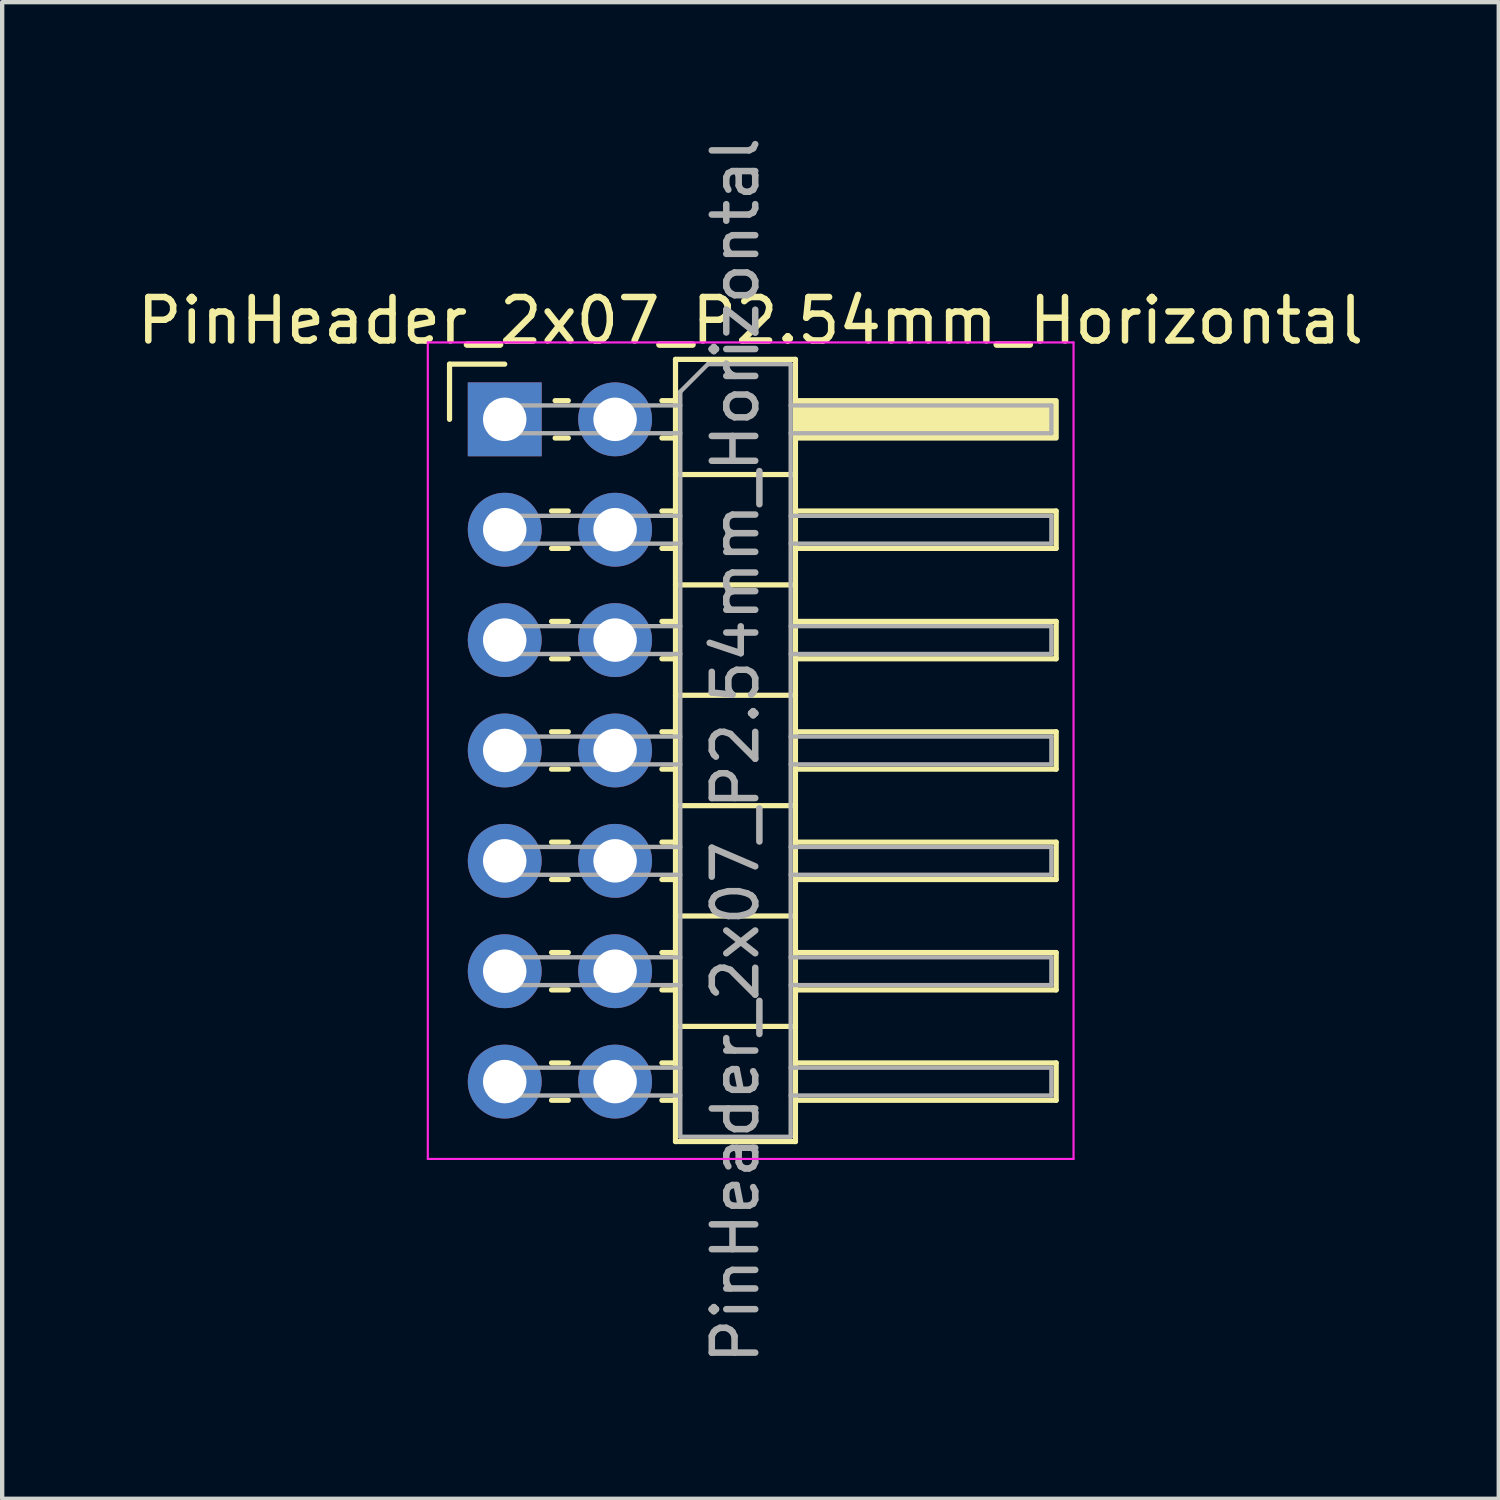
<source format=kicad_pcb>
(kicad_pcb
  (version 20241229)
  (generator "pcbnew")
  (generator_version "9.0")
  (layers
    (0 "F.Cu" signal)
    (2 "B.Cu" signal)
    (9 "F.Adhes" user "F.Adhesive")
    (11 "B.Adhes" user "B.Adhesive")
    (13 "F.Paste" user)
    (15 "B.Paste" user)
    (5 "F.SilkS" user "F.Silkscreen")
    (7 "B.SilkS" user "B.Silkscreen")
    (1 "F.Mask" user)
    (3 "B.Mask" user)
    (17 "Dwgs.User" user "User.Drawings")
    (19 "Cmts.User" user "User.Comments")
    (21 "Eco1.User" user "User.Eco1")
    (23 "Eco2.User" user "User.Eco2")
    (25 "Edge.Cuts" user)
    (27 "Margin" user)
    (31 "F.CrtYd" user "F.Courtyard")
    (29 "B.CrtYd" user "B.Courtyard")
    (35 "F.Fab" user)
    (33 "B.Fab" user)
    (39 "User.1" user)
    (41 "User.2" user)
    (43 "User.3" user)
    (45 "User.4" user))
  (footprint "PinHeader_2x07_P2.54mm_Horizontal"
    (layer "F.Cu")
    (at 8.565 6.6)
    (property "Reference" "PinHeader_2x07_P2.54mm_Horizontal" (at 5.655 -2.27 0) (layer "F.SilkS") (effects (font (size 1 1) (thickness 0.15))))
    (attr through_hole)
    (fp_line (start -1.27 -1.27) (end 0 -1.27) (stroke (width 0.12) (type solid)) (layer "F.SilkS"))
    (fp_line (start -1.27 0) (end -1.27 -1.27) (stroke (width 0.12) (type solid)) (layer "F.SilkS"))
    (fp_line (start 1.077 2.11) (end 1.463 2.11) (stroke (width 0.12) (type solid)) (layer "F.SilkS"))
    (fp_line (start 1.077 2.97) (end 1.463 2.97) (stroke (width 0.12) (type solid)) (layer "F.SilkS"))
    (fp_line (start 1.077 4.65) (end 1.463 4.65) (stroke (width 0.12) (type solid)) (layer "F.SilkS"))
    (fp_line (start 1.077 5.51) (end 1.463 5.51) (stroke (width 0.12) (type solid)) (layer "F.SilkS"))
    (fp_line (start 1.077 7.19) (end 1.463 7.19) (stroke (width 0.12) (type solid)) (layer "F.SilkS"))
    (fp_line (start 1.077 8.05) (end 1.463 8.05) (stroke (width 0.12) (type solid)) (layer "F.SilkS"))
    (fp_line (start 1.077 9.73) (end 1.463 9.73) (stroke (width 0.12) (type solid)) (layer "F.SilkS"))
    (fp_line (start 1.077 10.59) (end 1.463 10.59) (stroke (width 0.12) (type solid)) (layer "F.SilkS"))
    (fp_line (start 1.077 12.27) (end 1.463 12.27) (stroke (width 0.12) (type solid)) (layer "F.SilkS"))
    (fp_line (start 1.077 13.13) (end 1.463 13.13) (stroke (width 0.12) (type solid)) (layer "F.SilkS"))
    (fp_line (start 1.077 14.81) (end 1.463 14.81) (stroke (width 0.12) (type solid)) (layer "F.SilkS"))
    (fp_line (start 1.077 15.67) (end 1.463 15.67) (stroke (width 0.12) (type solid)) (layer "F.SilkS"))
    (fp_line (start 1.16 -0.43) (end 1.463 -0.43) (stroke (width 0.12) (type solid)) (layer "F.SilkS"))
    (fp_line (start 1.16 0.43) (end 1.463 0.43) (stroke (width 0.12) (type solid)) (layer "F.SilkS"))
    (fp_line (start 3.617 -0.43) (end 3.93 -0.43) (stroke (width 0.12) (type solid)) (layer "F.SilkS"))
    (fp_line (start 3.617 0.43) (end 3.93 0.43) (stroke (width 0.12) (type solid)) (layer "F.SilkS"))
    (fp_line (start 3.617 2.11) (end 3.93 2.11) (stroke (width 0.12) (type solid)) (layer "F.SilkS"))
    (fp_line (start 3.617 2.97) (end 3.93 2.97) (stroke (width 0.12) (type solid)) (layer "F.SilkS"))
    (fp_line (start 3.617 4.65) (end 3.93 4.65) (stroke (width 0.12) (type solid)) (layer "F.SilkS"))
    (fp_line (start 3.617 5.51) (end 3.93 5.51) (stroke (width 0.12) (type solid)) (layer "F.SilkS"))
    (fp_line (start 3.617 7.19) (end 3.93 7.19) (stroke (width 0.12) (type solid)) (layer "F.SilkS"))
    (fp_line (start 3.617 8.05) (end 3.93 8.05) (stroke (width 0.12) (type solid)) (layer "F.SilkS"))
    (fp_line (start 3.617 9.73) (end 3.93 9.73) (stroke (width 0.12) (type solid)) (layer "F.SilkS"))
    (fp_line (start 3.617 10.59) (end 3.93 10.59) (stroke (width 0.12) (type solid)) (layer "F.SilkS"))
    (fp_line (start 3.617 12.27) (end 3.93 12.27) (stroke (width 0.12) (type solid)) (layer "F.SilkS"))
    (fp_line (start 3.617 13.13) (end 3.93 13.13) (stroke (width 0.12) (type solid)) (layer "F.SilkS"))
    (fp_line (start 3.617 14.81) (end 3.93 14.81) (stroke (width 0.12) (type solid)) (layer "F.SilkS"))
    (fp_line (start 3.617 15.67) (end 3.93 15.67) (stroke (width 0.12) (type solid)) (layer "F.SilkS"))
    (fp_line (start 3.93 -1.38) (end 3.93 16.62) (stroke (width 0.12) (type solid)) (layer "F.SilkS"))
    (fp_line (start 3.93 1.27) (end 6.69 1.27) (stroke (width 0.12) (type solid)) (layer "F.SilkS"))
    (fp_line (start 3.93 3.81) (end 6.69 3.81) (stroke (width 0.12) (type solid)) (layer "F.SilkS"))
    (fp_line (start 3.93 6.35) (end 6.69 6.35) (stroke (width 0.12) (type solid)) (layer "F.SilkS"))
    (fp_line (start 3.93 8.89) (end 6.69 8.89) (stroke (width 0.12) (type solid)) (layer "F.SilkS"))
    (fp_line (start 3.93 11.43) (end 6.69 11.43) (stroke (width 0.12) (type solid)) (layer "F.SilkS"))
    (fp_line (start 3.93 13.97) (end 6.69 13.97) (stroke (width 0.12) (type solid)) (layer "F.SilkS"))
    (fp_line (start 3.93 16.62) (end 6.69 16.62) (stroke (width 0.12) (type solid)) (layer "F.SilkS"))
    (fp_line (start 6.69 -1.38) (end 3.93 -1.38) (stroke (width 0.12) (type solid)) (layer "F.SilkS"))
    (fp_line (start 6.69 2.11) (end 12.69 2.11) (stroke (width 0.12) (type solid)) (layer "F.SilkS"))
    (fp_line (start 6.69 4.65) (end 12.69 4.65) (stroke (width 0.12) (type solid)) (layer "F.SilkS"))
    (fp_line (start 6.69 7.19) (end 12.69 7.19) (stroke (width 0.12) (type solid)) (layer "F.SilkS"))
    (fp_line (start 6.69 9.73) (end 12.69 9.73) (stroke (width 0.12) (type solid)) (layer "F.SilkS"))
    (fp_line (start 6.69 12.27) (end 12.69 12.27) (stroke (width 0.12) (type solid)) (layer "F.SilkS"))
    (fp_line (start 6.69 14.81) (end 12.69 14.81) (stroke (width 0.12) (type solid)) (layer "F.SilkS"))
    (fp_line (start 6.69 16.62) (end 6.69 -1.38) (stroke (width 0.12) (type solid)) (layer "F.SilkS"))
    (fp_line (start 12.69 2.11) (end 12.69 2.97) (stroke (width 0.12) (type solid)) (layer "F.SilkS"))
    (fp_line (start 12.69 2.97) (end 6.69 2.97) (stroke (width 0.12) (type solid)) (layer "F.SilkS"))
    (fp_line (start 12.69 4.65) (end 12.69 5.51) (stroke (width 0.12) (type solid)) (layer "F.SilkS"))
    (fp_line (start 12.69 5.51) (end 6.69 5.51) (stroke (width 0.12) (type solid)) (layer "F.SilkS"))
    (fp_line (start 12.69 7.19) (end 12.69 8.05) (stroke (width 0.12) (type solid)) (layer "F.SilkS"))
    (fp_line (start 12.69 8.05) (end 6.69 8.05) (stroke (width 0.12) (type solid)) (layer "F.SilkS"))
    (fp_line (start 12.69 9.73) (end 12.69 10.59) (stroke (width 0.12) (type solid)) (layer "F.SilkS"))
    (fp_line (start 12.69 10.59) (end 6.69 10.59) (stroke (width 0.12) (type solid)) (layer "F.SilkS"))
    (fp_line (start 12.69 12.27) (end 12.69 13.13) (stroke (width 0.12) (type solid)) (layer "F.SilkS"))
    (fp_line (start 12.69 13.13) (end 6.69 13.13) (stroke (width 0.12) (type solid)) (layer "F.SilkS"))
    (fp_line (start 12.69 14.81) (end 12.69 15.67) (stroke (width 0.12) (type solid)) (layer "F.SilkS"))
    (fp_line (start 12.69 15.67) (end 6.69 15.67) (stroke (width 0.12) (type solid)) (layer "F.SilkS"))
    (fp_rect (start 6.69 -0.43) (end 12.69 0.43) (stroke (width 0.12) (type solid)) (fill yes) (layer "F.SilkS"))
    (fp_line (start -1.77 -1.77) (end -1.77 17.02) (stroke (width 0.05) (type solid)) (layer "F.CrtYd"))
    (fp_line (start -1.77 17.02) (end 13.09 17.02) (stroke (width 0.05) (type solid)) (layer "F.CrtYd"))
    (fp_line (start 13.09 -1.77) (end -1.77 -1.77) (stroke (width 0.05) (type solid)) (layer "F.CrtYd"))
    (fp_line (start 13.09 17.02) (end 13.09 -1.77) (stroke (width 0.05) (type solid)) (layer "F.CrtYd"))
    (fp_line (start -0.32 -0.32) (end -0.32 0.32) (stroke (width 0.1) (type solid)) (layer "F.Fab"))
    (fp_line (start -0.32 -0.32) (end 4.04 -0.32) (stroke (width 0.1) (type solid)) (layer "F.Fab"))
    (fp_line (start -0.32 0.32) (end 4.04 0.32) (stroke (width 0.1) (type solid)) (layer "F.Fab"))
    (fp_line (start -0.32 2.22) (end -0.32 2.86) (stroke (width 0.1) (type solid)) (layer "F.Fab"))
    (fp_line (start -0.32 2.22) (end 4.04 2.22) (stroke (width 0.1) (type solid)) (layer "F.Fab"))
    (fp_line (start -0.32 2.86) (end 4.04 2.86) (stroke (width 0.1) (type solid)) (layer "F.Fab"))
    (fp_line (start -0.32 4.76) (end -0.32 5.4) (stroke (width 0.1) (type solid)) (layer "F.Fab"))
    (fp_line (start -0.32 4.76) (end 4.04 4.76) (stroke (width 0.1) (type solid)) (layer "F.Fab"))
    (fp_line (start -0.32 5.4) (end 4.04 5.4) (stroke (width 0.1) (type solid)) (layer "F.Fab"))
    (fp_line (start -0.32 7.3) (end -0.32 7.94) (stroke (width 0.1) (type solid)) (layer "F.Fab"))
    (fp_line (start -0.32 7.3) (end 4.04 7.3) (stroke (width 0.1) (type solid)) (layer "F.Fab"))
    (fp_line (start -0.32 7.94) (end 4.04 7.94) (stroke (width 0.1) (type solid)) (layer "F.Fab"))
    (fp_line (start -0.32 9.84) (end -0.32 10.48) (stroke (width 0.1) (type solid)) (layer "F.Fab"))
    (fp_line (start -0.32 9.84) (end 4.04 9.84) (stroke (width 0.1) (type solid)) (layer "F.Fab"))
    (fp_line (start -0.32 10.48) (end 4.04 10.48) (stroke (width 0.1) (type solid)) (layer "F.Fab"))
    (fp_line (start -0.32 12.38) (end -0.32 13.02) (stroke (width 0.1) (type solid)) (layer "F.Fab"))
    (fp_line (start -0.32 12.38) (end 4.04 12.38) (stroke (width 0.1) (type solid)) (layer "F.Fab"))
    (fp_line (start -0.32 13.02) (end 4.04 13.02) (stroke (width 0.1) (type solid)) (layer "F.Fab"))
    (fp_line (start -0.32 14.92) (end -0.32 15.56) (stroke (width 0.1) (type solid)) (layer "F.Fab"))
    (fp_line (start -0.32 14.92) (end 4.04 14.92) (stroke (width 0.1) (type solid)) (layer "F.Fab"))
    (fp_line (start -0.32 15.56) (end 4.04 15.56) (stroke (width 0.1) (type solid)) (layer "F.Fab"))
    (fp_line (start 4.04 -0.635) (end 4.675 -1.27) (stroke (width 0.1) (type solid)) (layer "F.Fab"))
    (fp_line (start 4.04 16.51) (end 4.04 -0.635) (stroke (width 0.1) (type solid)) (layer "F.Fab"))
    (fp_line (start 4.675 -1.27) (end 6.58 -1.27) (stroke (width 0.1) (type solid)) (layer "F.Fab"))
    (fp_line (start 6.58 -1.27) (end 6.58 16.51) (stroke (width 0.1) (type solid)) (layer "F.Fab"))
    (fp_line (start 6.58 -0.32) (end 12.58 -0.32) (stroke (width 0.1) (type solid)) (layer "F.Fab"))
    (fp_line (start 6.58 0.32) (end 12.58 0.32) (stroke (width 0.1) (type solid)) (layer "F.Fab"))
    (fp_line (start 6.58 2.22) (end 12.58 2.22) (stroke (width 0.1) (type solid)) (layer "F.Fab"))
    (fp_line (start 6.58 2.86) (end 12.58 2.86) (stroke (width 0.1) (type solid)) (layer "F.Fab"))
    (fp_line (start 6.58 4.76) (end 12.58 4.76) (stroke (width 0.1) (type solid)) (layer "F.Fab"))
    (fp_line (start 6.58 5.4) (end 12.58 5.4) (stroke (width 0.1) (type solid)) (layer "F.Fab"))
    (fp_line (start 6.58 7.3) (end 12.58 7.3) (stroke (width 0.1) (type solid)) (layer "F.Fab"))
    (fp_line (start 6.58 7.94) (end 12.58 7.94) (stroke (width 0.1) (type solid)) (layer "F.Fab"))
    (fp_line (start 6.58 9.84) (end 12.58 9.84) (stroke (width 0.1) (type solid)) (layer "F.Fab"))
    (fp_line (start 6.58 10.48) (end 12.58 10.48) (stroke (width 0.1) (type solid)) (layer "F.Fab"))
    (fp_line (start 6.58 12.38) (end 12.58 12.38) (stroke (width 0.1) (type solid)) (layer "F.Fab"))
    (fp_line (start 6.58 13.02) (end 12.58 13.02) (stroke (width 0.1) (type solid)) (layer "F.Fab"))
    (fp_line (start 6.58 14.92) (end 12.58 14.92) (stroke (width 0.1) (type solid)) (layer "F.Fab"))
    (fp_line (start 6.58 15.56) (end 12.58 15.56) (stroke (width 0.1) (type solid)) (layer "F.Fab"))
    (fp_line (start 6.58 16.51) (end 4.04 16.51) (stroke (width 0.1) (type solid)) (layer "F.Fab"))
    (fp_line (start 12.58 -0.32) (end 12.58 0.32) (stroke (width 0.1) (type solid)) (layer "F.Fab"))
    (fp_line (start 12.58 2.22) (end 12.58 2.86) (stroke (width 0.1) (type solid)) (layer "F.Fab"))
    (fp_line (start 12.58 4.76) (end 12.58 5.4) (stroke (width 0.1) (type solid)) (layer "F.Fab"))
    (fp_line (start 12.58 7.3) (end 12.58 7.94) (stroke (width 0.1) (type solid)) (layer "F.Fab"))
    (fp_line (start 12.58 9.84) (end 12.58 10.48) (stroke (width 0.1) (type solid)) (layer "F.Fab"))
    (fp_line (start 12.58 12.38) (end 12.58 13.02) (stroke (width 0.1) (type solid)) (layer "F.Fab"))
    (fp_line (start 12.58 14.92) (end 12.58 15.56) (stroke (width 0.1) (type solid)) (layer "F.Fab"))
    (fp_text user "${REFERENCE}" (at 5.31 7.62 90) (layer "F.Fab") (effects (font (size 1 1) (thickness 0.15))))
    (pad "1" thru_hole rect (at 0 0) (size 1.7 1.7) (drill 1) (layers "*.Cu" "*.Mask"))
    (pad "2" thru_hole circle (at 2.54 0) (size 1.7 1.7) (drill 1) (layers "*.Cu" "*.Mask"))
    (pad "3" thru_hole circle (at 0 2.54) (size 1.7 1.7) (drill 1) (layers "*.Cu" "*.Mask"))
    (pad "4" thru_hole circle (at 2.54 2.54) (size 1.7 1.7) (drill 1) (layers "*.Cu" "*.Mask"))
    (pad "5" thru_hole circle (at 0 5.08) (size 1.7 1.7) (drill 1) (layers "*.Cu" "*.Mask"))
    (pad "6" thru_hole circle (at 2.54 5.08) (size 1.7 1.7) (drill 1) (layers "*.Cu" "*.Mask"))
    (pad "7" thru_hole circle (at 0 7.62) (size 1.7 1.7) (drill 1) (layers "*.Cu" "*.Mask"))
    (pad "8" thru_hole circle (at 2.54 7.62) (size 1.7 1.7) (drill 1) (layers "*.Cu" "*.Mask"))
    (pad "9" thru_hole circle (at 0 10.16) (size 1.7 1.7) (drill 1) (layers "*.Cu" "*.Mask"))
    (pad "10" thru_hole circle (at 2.54 10.16) (size 1.7 1.7) (drill 1) (layers "*.Cu" "*.Mask"))
    (pad "11" thru_hole circle (at 0 12.7) (size 1.7 1.7) (drill 1) (layers "*.Cu" "*.Mask"))
    (pad "12" thru_hole circle (at 2.54 12.7) (size 1.7 1.7) (drill 1) (layers "*.Cu" "*.Mask"))
    (pad "13" thru_hole circle (at 0 15.24) (size 1.7 1.7) (drill 1) (layers "*.Cu" "*.Mask"))
    (pad "14" thru_hole circle (at 2.54 15.24) (size 1.7 1.7) (drill 1) (layers "*.Cu" "*.Mask")))
  (gr_rect
    (start -3 -3)
    (end 31.44 31.44)
    (stroke (width 0.1) (type default))
    (fill no)
    (layer "Edge.Cuts")))
</source>
